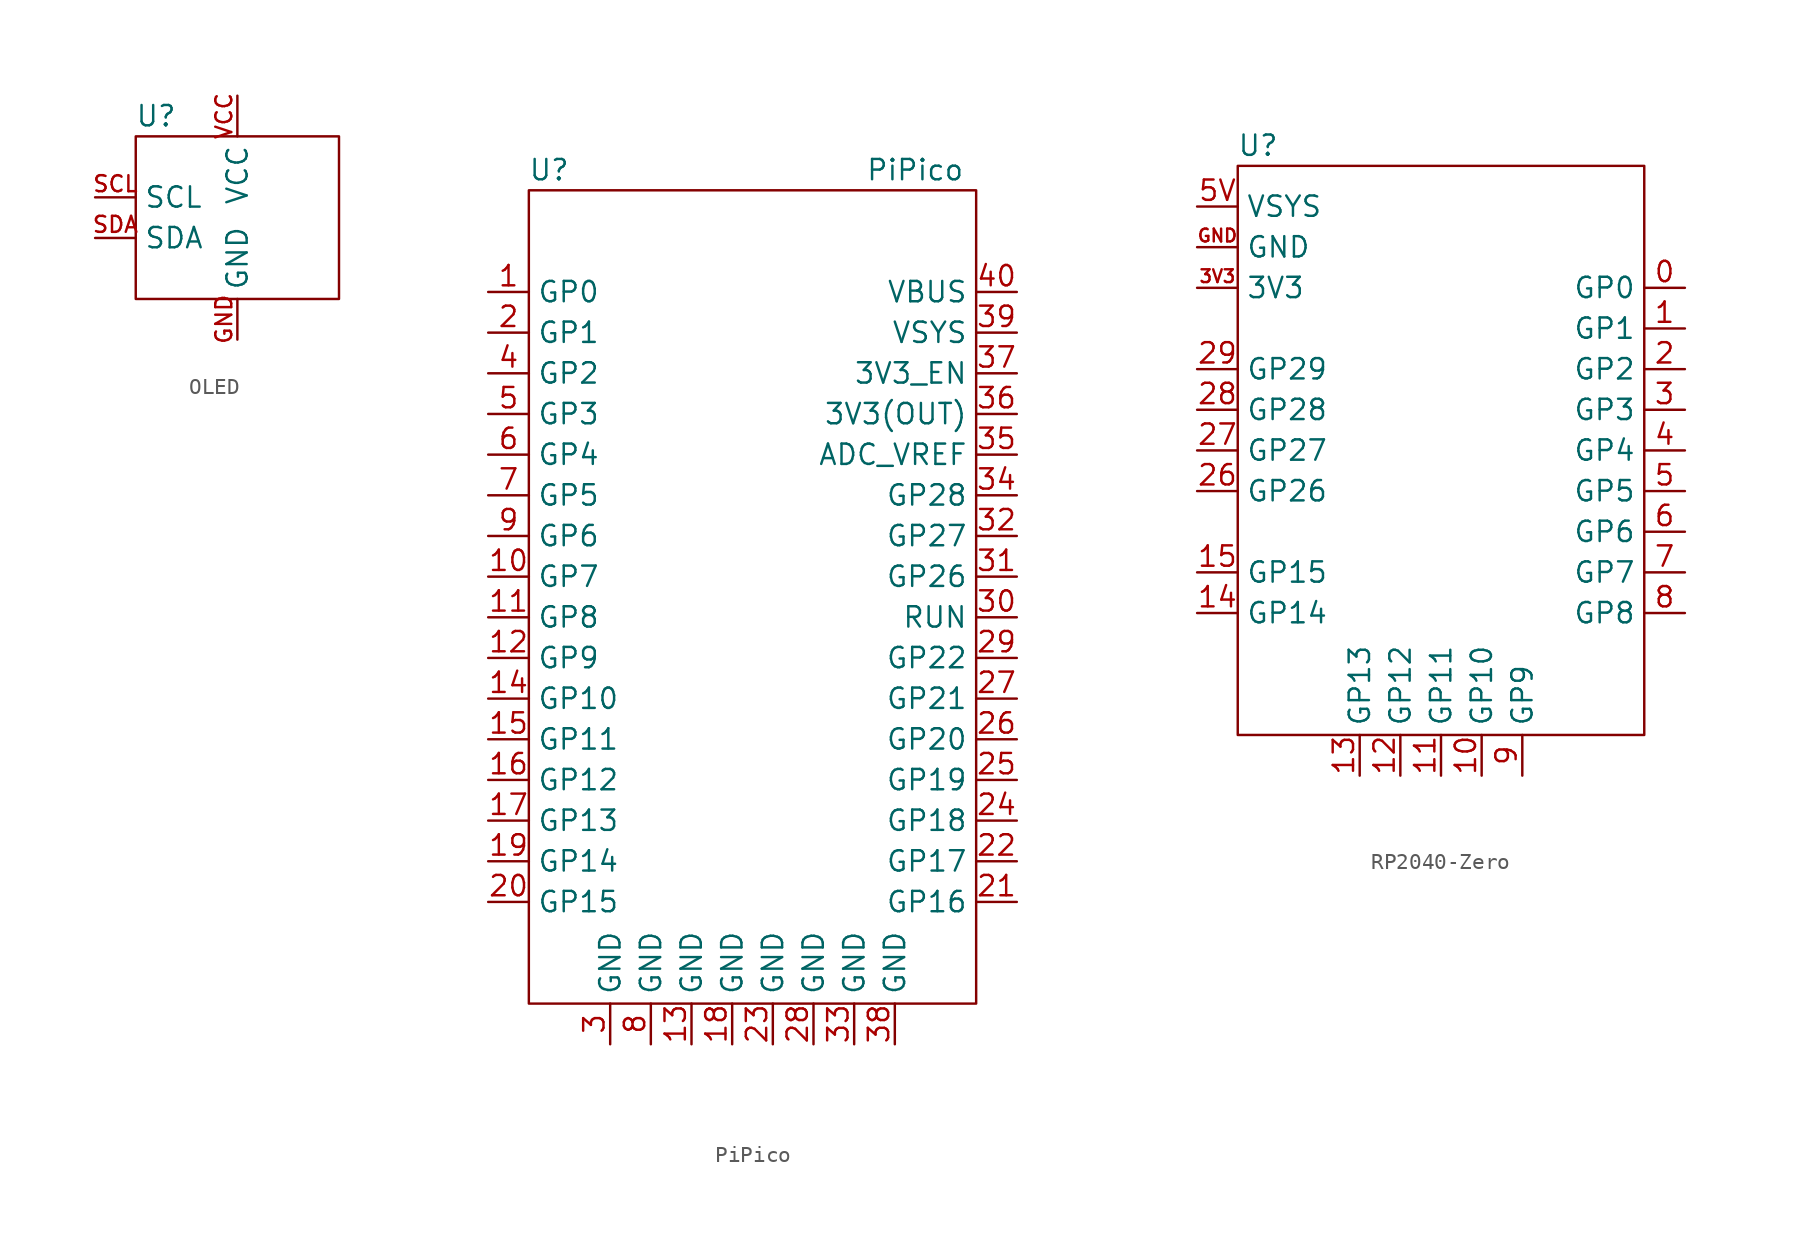
<source format=kicad_sym>
(kicad_symbol_lib
  (version 20220914)
  (generator kicad_symbol_editor)
  (symbol "OLED"
    (property "Reference" "U"
      (at -5.08 6.35 0)
      (effects (font (size 1.27 1.27))))
    (property "Value" ""
      (at 0 0 0)
      (effects (font (size 1.27 1.27))))
    (symbol "OLED_0_1"
      (rectangle (start -6.35 5.08) (end 6.35 -5.08) (stroke (width 0) (type default)) (fill (type none))))
    (symbol "OLED_1_1"
      (pin power_out line (at 0 -7.62 90) (length 2.54) (name "GND" (effects (font (size 1.27 1.27)))) (number "GND" (effects (font (size 1 1)))))
      (pin bidirectional line (at -8.89 1.27 0) (length 2.54) (name "SCL" (effects (font (size 1.27 1.27)))) (number "SCL" (effects (font (size 1 1)))))
      (pin bidirectional line (at -8.89 -1.27 0) (length 2.54) (name "SDA" (effects (font (size 1.27 1.27)))) (number "SDA" (effects (font (size 1 1)))))
      (pin power_in line (at 0 7.62 270) (length 2.54) (name "VCC" (effects (font (size 1.27 1.27)))) (number "VCC" (effects (font (size 1 1)))))))
  (symbol "PiPico"
    (property "Reference" "U"
      (at -12.7 26.67 0)
      (effects (font (size 1.27 1.27))))
    (property "Value" "PiPico"
      (at 10.16 26.67 0)
      (effects (font (size 1.27 1.27))))
    (symbol "PiPico_0_1"
      (rectangle (start -13.97 25.4) (end 13.97 -25.4) (stroke (width 0) (type default)) (fill (type none))))
    (symbol "PiPico_1_1"
      (pin bidirectional line (at -16.51 19.05 0) (length 2.54) (name "GP0" (effects (font (size 1.27 1.27)))) (number "1" (effects (font (size 1.27 1.27)))))
      (pin bidirectional line (at -16.51 1.27 0) (length 2.54) (name "GP7" (effects (font (size 1.27 1.27)))) (number "10" (effects (font (size 1.27 1.27)))))
      (pin bidirectional line (at -16.51 -1.27 0) (length 2.54) (name "GP8" (effects (font (size 1.27 1.27)))) (number "11" (effects (font (size 1.27 1.27)))))
      (pin bidirectional line (at -16.51 -3.81 0) (length 2.54) (name "GP9" (effects (font (size 1.27 1.27)))) (number "12" (effects (font (size 1.27 1.27)))))
      (pin bidirectional line (at -3.81 -27.94 90) (length 2.54) (name "GND" (effects (font (size 1.27 1.27)))) (number "13" (effects (font (size 1.27 1.27)))))
      (pin bidirectional line (at -16.51 -6.35 0) (length 2.54) (name "GP10" (effects (font (size 1.27 1.27)))) (number "14" (effects (font (size 1.27 1.27)))))
      (pin bidirectional line (at -16.51 -8.89 0) (length 2.54) (name "GP11" (effects (font (size 1.27 1.27)))) (number "15" (effects (font (size 1.27 1.27)))))
      (pin bidirectional line (at -16.51 -11.43 0) (length 2.54) (name "GP12" (effects (font (size 1.27 1.27)))) (number "16" (effects (font (size 1.27 1.27)))))
      (pin bidirectional line (at -16.51 -13.97 0) (length 2.54) (name "GP13" (effects (font (size 1.27 1.27)))) (number "17" (effects (font (size 1.27 1.27)))))
      (pin bidirectional line (at -1.27 -27.94 90) (length 2.54) (name "GND" (effects (font (size 1.27 1.27)))) (number "18" (effects (font (size 1.27 1.27)))))
      (pin bidirectional line (at -16.51 -16.51 0) (length 2.54) (name "GP14" (effects (font (size 1.27 1.27)))) (number "19" (effects (font (size 1.27 1.27)))))
      (pin bidirectional line (at -16.51 16.51 0) (length 2.54) (name "GP1" (effects (font (size 1.27 1.27)))) (number "2" (effects (font (size 1.27 1.27)))))
      (pin bidirectional line (at -16.51 -19.05 0) (length 2.54) (name "GP15" (effects (font (size 1.27 1.27)))) (number "20" (effects (font (size 1.27 1.27)))))
      (pin bidirectional line (at 16.51 -19.05 180) (length 2.54) (name "GP16" (effects (font (size 1.27 1.27)))) (number "21" (effects (font (size 1.27 1.27)))))
      (pin bidirectional line (at 16.51 -16.51 180) (length 2.54) (name "GP17" (effects (font (size 1.27 1.27)))) (number "22" (effects (font (size 1.27 1.27)))))
      (pin bidirectional line (at 1.27 -27.94 90) (length 2.54) (name "GND" (effects (font (size 1.27 1.27)))) (number "23" (effects (font (size 1.27 1.27)))))
      (pin bidirectional line (at 16.51 -13.97 180) (length 2.54) (name "GP18" (effects (font (size 1.27 1.27)))) (number "24" (effects (font (size 1.27 1.27)))))
      (pin bidirectional line (at 16.51 -11.43 180) (length 2.54) (name "GP19" (effects (font (size 1.27 1.27)))) (number "25" (effects (font (size 1.27 1.27)))))
      (pin bidirectional line (at 16.51 -8.89 180) (length 2.54) (name "GP20" (effects (font (size 1.27 1.27)))) (number "26" (effects (font (size 1.27 1.27)))))
      (pin bidirectional line (at 16.51 -6.35 180) (length 2.54) (name "GP21" (effects (font (size 1.27 1.27)))) (number "27" (effects (font (size 1.27 1.27)))))
      (pin bidirectional line (at 3.81 -27.94 90) (length 2.54) (name "GND" (effects (font (size 1.27 1.27)))) (number "28" (effects (font (size 1.27 1.27)))))
      (pin bidirectional line (at 16.51 -3.81 180) (length 2.54) (name "GP22" (effects (font (size 1.27 1.27)))) (number "29" (effects (font (size 1.27 1.27)))))
      (pin bidirectional line (at -8.89 -27.94 90) (length 2.54) (name "GND" (effects (font (size 1.27 1.27)))) (number "3" (effects (font (size 1.27 1.27)))))
      (pin bidirectional line (at 16.51 -1.27 180) (length 2.54) (name "RUN" (effects (font (size 1.27 1.27)))) (number "30" (effects (font (size 1.27 1.27)))))
      (pin bidirectional line (at 16.51 1.27 180) (length 2.54) (name "GP26" (effects (font (size 1.27 1.27)))) (number "31" (effects (font (size 1.27 1.27)))))
      (pin bidirectional line (at 16.51 3.81 180) (length 2.54) (name "GP27" (effects (font (size 1.27 1.27)))) (number "32" (effects (font (size 1.27 1.27)))))
      (pin bidirectional line (at 6.35 -27.94 90) (length 2.54) (name "GND" (effects (font (size 1.27 1.27)))) (number "33" (effects (font (size 1.27 1.27)))))
      (pin bidirectional line (at 16.51 6.35 180) (length 2.54) (name "GP28" (effects (font (size 1.27 1.27)))) (number "34" (effects (font (size 1.27 1.27)))))
      (pin bidirectional line (at 16.51 8.89 180) (length 2.54) (name "ADC_VREF" (effects (font (size 1.27 1.27)))) (number "35" (effects (font (size 1.27 1.27)))))
      (pin bidirectional line (at 16.51 11.43 180) (length 2.54) (name "3V3(OUT)" (effects (font (size 1.27 1.27)))) (number "36" (effects (font (size 1.27 1.27)))))
      (pin bidirectional line (at 16.51 13.97 180) (length 2.54) (name "3V3_EN" (effects (font (size 1.27 1.27)))) (number "37" (effects (font (size 1.27 1.27)))))
      (pin bidirectional line (at 8.89 -27.94 90) (length 2.54) (name "GND" (effects (font (size 1.27 1.27)))) (number "38" (effects (font (size 1.27 1.27)))))
      (pin bidirectional line (at 16.51 16.51 180) (length 2.54) (name "VSYS" (effects (font (size 1.27 1.27)))) (number "39" (effects (font (size 1.27 1.27)))))
      (pin bidirectional line (at -16.51 13.97 0) (length 2.54) (name "GP2" (effects (font (size 1.27 1.27)))) (number "4" (effects (font (size 1.27 1.27)))))
      (pin bidirectional line (at 16.51 19.05 180) (length 2.54) (name "VBUS" (effects (font (size 1.27 1.27)))) (number "40" (effects (font (size 1.27 1.27)))))
      (pin bidirectional line (at -16.51 11.43 0) (length 2.54) (name "GP3" (effects (font (size 1.27 1.27)))) (number "5" (effects (font (size 1.27 1.27)))))
      (pin bidirectional line (at -16.51 8.89 0) (length 2.54) (name "GP4" (effects (font (size 1.27 1.27)))) (number "6" (effects (font (size 1.27 1.27)))))
      (pin bidirectional line (at -16.51 6.35 0) (length 2.54) (name "GP5" (effects (font (size 1.27 1.27)))) (number "7" (effects (font (size 1.27 1.27)))))
      (pin bidirectional line (at -6.35 -27.94 90) (length 2.54) (name "GND" (effects (font (size 1.27 1.27)))) (number "8" (effects (font (size 1.27 1.27)))))
      (pin bidirectional line (at -16.51 3.81 0) (length 2.54) (name "GP6" (effects (font (size 1.27 1.27)))) (number "9" (effects (font (size 1.27 1.27)))))))
  (symbol "RP2040-Zero"
    (property "Reference" "U"
      (at -11.43 19.05 0)
      (effects (font (size 1.27 1.27))))
    (property "Value" ""
      (at -11.43 19.05 0)
      (effects (font (size 1.27 1.27))))
    (symbol "RP2040-Zero_0_1"
      (rectangle (start -12.7 17.78) (end 12.7 -17.78) (stroke (width 0) (type default)) (fill (type none))))
    (symbol "RP2040-Zero_1_1"
      (pin bidirectional line (at 15.24 10.16 180) (length 2.54) (name "GP0" (effects (font (size 1.27 1.27)))) (number "0" (effects (font (size 1.27 1.27)))))
      (pin bidirectional line (at 15.24 7.62 180) (length 2.54) (name "GP1" (effects (font (size 1.27 1.27)))) (number "1" (effects (font (size 1.27 1.27)))))
      (pin bidirectional line (at 2.54 -20.32 90) (length 2.54) (name "GP10" (effects (font (size 1.27 1.27)))) (number "10" (effects (font (size 1.27 1.27)))))
      (pin bidirectional line (at 0 -20.32 90) (length 2.54) (name "GP11" (effects (font (size 1.27 1.27)))) (number "11" (effects (font (size 1.27 1.27)))))
      (pin bidirectional line (at -2.54 -20.32 90) (length 2.54) (name "GP12" (effects (font (size 1.27 1.27)))) (number "12" (effects (font (size 1.27 1.27)))))
      (pin bidirectional line (at -5.08 -20.32 90) (length 2.54) (name "GP13" (effects (font (size 1.27 1.27)))) (number "13" (effects (font (size 1.27 1.27)))))
      (pin bidirectional line (at -15.24 -10.16 0) (length 2.54) (name "GP14" (effects (font (size 1.27 1.27)))) (number "14" (effects (font (size 1.27 1.27)))))
      (pin bidirectional line (at -15.24 -7.62 0) (length 2.54) (name "GP15" (effects (font (size 1.27 1.27)))) (number "15" (effects (font (size 1.27 1.27)))))
      (pin bidirectional line (at 15.24 5.08 180) (length 2.54) (name "GP2" (effects (font (size 1.27 1.27)))) (number "2" (effects (font (size 1.27 1.27)))))
      (pin bidirectional line (at -15.24 -2.54 0) (length 2.54) (name "GP26" (effects (font (size 1.27 1.27)))) (number "26" (effects (font (size 1.27 1.27)))))
      (pin bidirectional line (at -15.24 0 0) (length 2.54) (name "GP27" (effects (font (size 1.27 1.27)))) (number "27" (effects (font (size 1.27 1.27)))))
      (pin bidirectional line (at -15.24 2.54 0) (length 2.54) (name "GP28" (effects (font (size 1.27 1.27)))) (number "28" (effects (font (size 1.27 1.27)))))
      (pin bidirectional line (at -15.24 5.08 0) (length 2.54) (name "GP29" (effects (font (size 1.27 1.27)))) (number "29" (effects (font (size 1.27 1.27)))))
      (pin bidirectional line (at 15.24 2.54 180) (length 2.54) (name "GP3" (effects (font (size 1.27 1.27)))) (number "3" (effects (font (size 1.27 1.27)))))
      (pin bidirectional line (at -15.24 10.16 0) (length 2.54) (name "3V3" (effects (font (size 1.27 1.27)))) (number "3V3" (effects (font (size 0.8 0.8)))))
      (pin bidirectional line (at 15.24 0 180) (length 2.54) (name "GP4" (effects (font (size 1.27 1.27)))) (number "4" (effects (font (size 1.27 1.27)))))
      (pin bidirectional line (at 15.24 -2.54 180) (length 2.54) (name "GP5" (effects (font (size 1.27 1.27)))) (number "5" (effects (font (size 1.27 1.27)))))
      (pin bidirectional line (at -15.24 15.24 0) (length 2.54) (name "VSYS" (effects (font (size 1.27 1.27)))) (number "5V" (effects (font (size 1.27 1.27)))))
      (pin bidirectional line (at 15.24 -5.08 180) (length 2.54) (name "GP6" (effects (font (size 1.27 1.27)))) (number "6" (effects (font (size 1.27 1.27)))))
      (pin bidirectional line (at 15.24 -7.62 180) (length 2.54) (name "GP7" (effects (font (size 1.27 1.27)))) (number "7" (effects (font (size 1.27 1.27)))))
      (pin bidirectional line (at 15.24 -10.16 180) (length 2.54) (name "GP8" (effects (font (size 1.27 1.27)))) (number "8" (effects (font (size 1.27 1.27)))))
      (pin bidirectional line (at 5.08 -20.32 90) (length 2.54) (name "GP9" (effects (font (size 1.27 1.27)))) (number "9" (effects (font (size 1.27 1.27)))))
      (pin bidirectional line (at -15.24 12.7 0) (length 2.54) (name "GND" (effects (font (size 1.27 1.27)))) (number "GND" (effects (font (size 0.8 0.8))))))))
</source>
